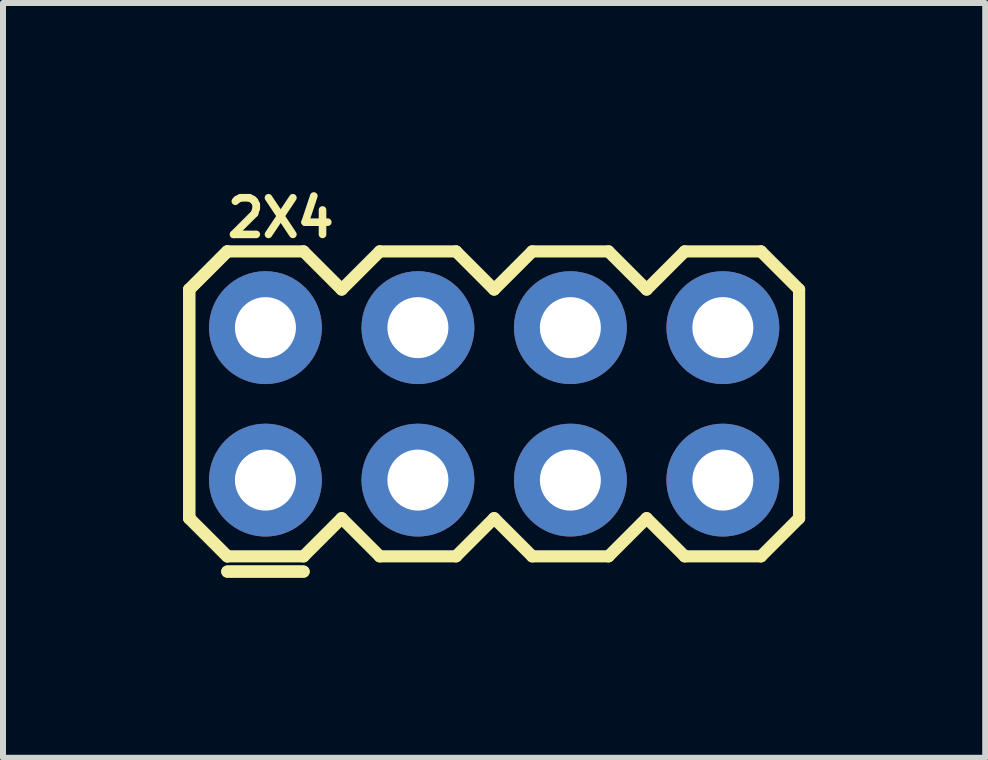
<source format=kicad_pcb>
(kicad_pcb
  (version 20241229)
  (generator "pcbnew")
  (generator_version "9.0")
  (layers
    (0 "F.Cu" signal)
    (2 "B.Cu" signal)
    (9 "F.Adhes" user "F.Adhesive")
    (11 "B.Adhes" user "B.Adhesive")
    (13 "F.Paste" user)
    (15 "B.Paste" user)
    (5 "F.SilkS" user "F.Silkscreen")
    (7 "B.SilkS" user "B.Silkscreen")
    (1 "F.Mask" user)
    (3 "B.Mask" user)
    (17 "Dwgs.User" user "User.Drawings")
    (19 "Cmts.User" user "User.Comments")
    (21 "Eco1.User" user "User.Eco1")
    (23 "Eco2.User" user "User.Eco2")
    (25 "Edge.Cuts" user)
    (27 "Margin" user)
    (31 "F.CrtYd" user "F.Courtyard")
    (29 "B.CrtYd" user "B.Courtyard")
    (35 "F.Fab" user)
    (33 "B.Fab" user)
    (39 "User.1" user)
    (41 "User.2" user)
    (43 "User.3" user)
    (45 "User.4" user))
  (footprint "2X4"
    (layer "F.Cu")
    (at 5.182 3.678)
    (property "Reference" "2X4" (at -3.556 -3.099 0) (layer "F.SilkS") (effects (font (size 0.61 0.61) (thickness 0.127))))
    (attr exclude_from_pos_files exclude_from_bom)
    (fp_line (start -5.08 -1.905) (end -4.445 -2.54) (stroke (width 0.203) (type solid)) (layer "F.SilkS"))
    (fp_line (start -5.08 -1.905) (end -4.445 -2.54) (stroke (width 0.203) (type solid)) (layer "F.SilkS"))
    (fp_line (start -5.08 1.905) (end -5.08 -1.905) (stroke (width 0.203) (type solid)) (layer "F.SilkS"))
    (fp_line (start -5.08 1.905) (end -5.08 -1.905) (stroke (width 0.203) (type solid)) (layer "F.SilkS"))
    (fp_line (start -5.08 1.905) (end -4.445 2.54) (stroke (width 0.203) (type solid)) (layer "F.SilkS"))
    (fp_line (start -5.08 1.905) (end -4.445 2.54) (stroke (width 0.203) (type solid)) (layer "F.SilkS"))
    (fp_line (start -4.445 -2.54) (end -3.175 -2.54) (stroke (width 0.203) (type solid)) (layer "F.SilkS"))
    (fp_line (start -4.445 2.54) (end -3.175 2.54) (stroke (width 0.203) (type solid)) (layer "F.SilkS"))
    (fp_line (start -4.445 2.794) (end -3.175 2.794) (stroke (width 0.203) (type solid)) (layer "F.SilkS"))
    (fp_line (start -3.175 -2.54) (end -2.54 -1.905) (stroke (width 0.203) (type solid)) (layer "F.SilkS"))
    (fp_line (start -3.175 2.54) (end -2.54 1.905) (stroke (width 0.203) (type solid)) (layer "F.SilkS"))
    (fp_line (start -3.175 2.794) (end -4.445 2.794) (stroke (width 0.203) (type solid)) (layer "F.SilkS"))
    (fp_line (start -2.54 -1.905) (end -1.905 -2.54) (stroke (width 0.203) (type solid)) (layer "F.SilkS"))
    (fp_line (start -2.54 1.905) (end -1.905 2.54) (stroke (width 0.203) (type solid)) (layer "F.SilkS"))
    (fp_line (start -1.905 -2.54) (end -0.635 -2.54) (stroke (width 0.203) (type solid)) (layer "F.SilkS"))
    (fp_line (start -1.905 2.54) (end -0.635 2.54) (stroke (width 0.203) (type solid)) (layer "F.SilkS"))
    (fp_line (start -0.635 -2.54) (end 0 -1.905) (stroke (width 0.203) (type solid)) (layer "F.SilkS"))
    (fp_line (start -0.635 2.54) (end 0 1.905) (stroke (width 0.203) (type solid)) (layer "F.SilkS"))
    (fp_line (start 0 -1.905) (end 0.635 -2.54) (stroke (width 0.203) (type solid)) (layer "F.SilkS"))
    (fp_line (start 0 1.905) (end 0.635 2.54) (stroke (width 0.203) (type solid)) (layer "F.SilkS"))
    (fp_line (start 0.635 -2.54) (end 1.905 -2.54) (stroke (width 0.203) (type solid)) (layer "F.SilkS"))
    (fp_line (start 0.635 2.54) (end 1.905 2.54) (stroke (width 0.203) (type solid)) (layer "F.SilkS"))
    (fp_line (start 1.905 -2.54) (end 2.54 -1.905) (stroke (width 0.203) (type solid)) (layer "F.SilkS"))
    (fp_line (start 1.905 2.54) (end 2.54 1.905) (stroke (width 0.203) (type solid)) (layer "F.SilkS"))
    (fp_line (start 2.54 -1.905) (end 3.175 -2.54) (stroke (width 0.203) (type solid)) (layer "F.SilkS"))
    (fp_line (start 2.54 1.905) (end 3.175 2.54) (stroke (width 0.203) (type solid)) (layer "F.SilkS"))
    (fp_line (start 3.175 -2.54) (end 4.445 -2.54) (stroke (width 0.203) (type solid)) (layer "F.SilkS"))
    (fp_line (start 3.175 2.54) (end 4.445 2.54) (stroke (width 0.203) (type solid)) (layer "F.SilkS"))
    (fp_line (start 4.445 -2.54) (end 5.08 -1.905) (stroke (width 0.203) (type solid)) (layer "F.SilkS"))
    (fp_line (start 4.445 2.54) (end 5.08 1.905) (stroke (width 0.203) (type solid)) (layer "F.SilkS"))
    (fp_line (start 5.08 -1.905) (end 5.08 1.905) (stroke (width 0.203) (type solid)) (layer "F.SilkS"))
    (fp_line (start -4.064 -1.524) (end -3.556 -1.524) (stroke (width 0.066) (type solid)) (layer "Dwgs.User"))
    (fp_line (start -4.064 -1.016) (end -4.064 -1.524) (stroke (width 0.066) (type solid)) (layer "Dwgs.User"))
    (fp_line (start -4.064 -1.016) (end -3.556 -1.016) (stroke (width 0.066) (type solid)) (layer "Dwgs.User"))
    (fp_line (start -4.064 1.016) (end -3.556 1.016) (stroke (width 0.066) (type solid)) (layer "Dwgs.User"))
    (fp_line (start -4.064 1.524) (end -4.064 1.016) (stroke (width 0.066) (type solid)) (layer "Dwgs.User"))
    (fp_line (start -4.064 1.524) (end -3.556 1.524) (stroke (width 0.066) (type solid)) (layer "Dwgs.User"))
    (fp_line (start -3.556 -1.016) (end -3.556 -1.524) (stroke (width 0.066) (type solid)) (layer "Dwgs.User"))
    (fp_line (start -3.556 1.524) (end -3.556 1.016) (stroke (width 0.066) (type solid)) (layer "Dwgs.User"))
    (fp_line (start -1.524 -1.524) (end -1.016 -1.524) (stroke (width 0.066) (type solid)) (layer "Dwgs.User"))
    (fp_line (start -1.524 -1.016) (end -1.524 -1.524) (stroke (width 0.066) (type solid)) (layer "Dwgs.User"))
    (fp_line (start -1.524 -1.016) (end -1.016 -1.016) (stroke (width 0.066) (type solid)) (layer "Dwgs.User"))
    (fp_line (start -1.524 1.016) (end -1.016 1.016) (stroke (width 0.066) (type solid)) (layer "Dwgs.User"))
    (fp_line (start -1.524 1.524) (end -1.524 1.016) (stroke (width 0.066) (type solid)) (layer "Dwgs.User"))
    (fp_line (start -1.524 1.524) (end -1.016 1.524) (stroke (width 0.066) (type solid)) (layer "Dwgs.User"))
    (fp_line (start -1.016 -1.016) (end -1.016 -1.524) (stroke (width 0.066) (type solid)) (layer "Dwgs.User"))
    (fp_line (start -1.016 1.524) (end -1.016 1.016) (stroke (width 0.066) (type solid)) (layer "Dwgs.User"))
    (fp_line (start 1.016 -1.524) (end 1.524 -1.524) (stroke (width 0.066) (type solid)) (layer "Dwgs.User"))
    (fp_line (start 1.016 -1.016) (end 1.016 -1.524) (stroke (width 0.066) (type solid)) (layer "Dwgs.User"))
    (fp_line (start 1.016 -1.016) (end 1.524 -1.016) (stroke (width 0.066) (type solid)) (layer "Dwgs.User"))
    (fp_line (start 1.016 1.016) (end 1.524 1.016) (stroke (width 0.066) (type solid)) (layer "Dwgs.User"))
    (fp_line (start 1.016 1.524) (end 1.016 1.016) (stroke (width 0.066) (type solid)) (layer "Dwgs.User"))
    (fp_line (start 1.016 1.524) (end 1.524 1.524) (stroke (width 0.066) (type solid)) (layer "Dwgs.User"))
    (fp_line (start 1.524 -1.016) (end 1.524 -1.524) (stroke (width 0.066) (type solid)) (layer "Dwgs.User"))
    (fp_line (start 1.524 1.524) (end 1.524 1.016) (stroke (width 0.066) (type solid)) (layer "Dwgs.User"))
    (fp_line (start 3.556 -1.524) (end 4.064 -1.524) (stroke (width 0.066) (type solid)) (layer "Dwgs.User"))
    (fp_line (start 3.556 -1.016) (end 3.556 -1.524) (stroke (width 0.066) (type solid)) (layer "Dwgs.User"))
    (fp_line (start 3.556 -1.016) (end 4.064 -1.016) (stroke (width 0.066) (type solid)) (layer "Dwgs.User"))
    (fp_line (start 3.556 1.016) (end 4.064 1.016) (stroke (width 0.066) (type solid)) (layer "Dwgs.User"))
    (fp_line (start 3.556 1.524) (end 3.556 1.016) (stroke (width 0.066) (type solid)) (layer "Dwgs.User"))
    (fp_line (start 3.556 1.524) (end 4.064 1.524) (stroke (width 0.066) (type solid)) (layer "Dwgs.User"))
    (fp_line (start 4.064 -1.016) (end 4.064 -1.524) (stroke (width 0.066) (type solid)) (layer "Dwgs.User"))
    (fp_line (start 4.064 1.524) (end 4.064 1.016) (stroke (width 0.066) (type solid)) (layer "Dwgs.User"))
    (pad "1" thru_hole circle (at -3.81 1.27) (size 1.88 1.88) (drill 1.016) (layers "*.Cu" "*.Paste" "*.Mask"))
    (pad "2" thru_hole circle (at -3.81 -1.27) (size 1.88 1.88) (drill 1.016) (layers "*.Cu" "*.Paste" "*.Mask"))
    (pad "3" thru_hole circle (at -1.27 1.27) (size 1.88 1.88) (drill 1.016) (layers "*.Cu" "*.Paste" "*.Mask"))
    (pad "4" thru_hole circle (at -1.27 -1.27) (size 1.88 1.88) (drill 1.016) (layers "*.Cu" "*.Paste" "*.Mask"))
    (pad "5" thru_hole circle (at 1.27 1.27) (size 1.88 1.88) (drill 1.016) (layers "*.Cu" "*.Paste" "*.Mask"))
    (pad "6" thru_hole circle (at 1.27 -1.27) (size 1.88 1.88) (drill 1.016) (layers "*.Cu" "*.Paste" "*.Mask"))
    (pad "7" thru_hole circle (at 3.81 1.27) (size 1.88 1.88) (drill 1.016) (layers "*.Cu" "*.Paste" "*.Mask"))
    (pad "8" thru_hole circle (at 3.81 -1.27) (size 1.88 1.88) (drill 1.016) (layers "*.Cu" "*.Paste" "*.Mask")))
  (gr_rect
    (start -3 -3)
    (end 13.363 9.574)
    (stroke (width 0.1) (type default))
    (fill no)
    (layer "Edge.Cuts")))
</source>
